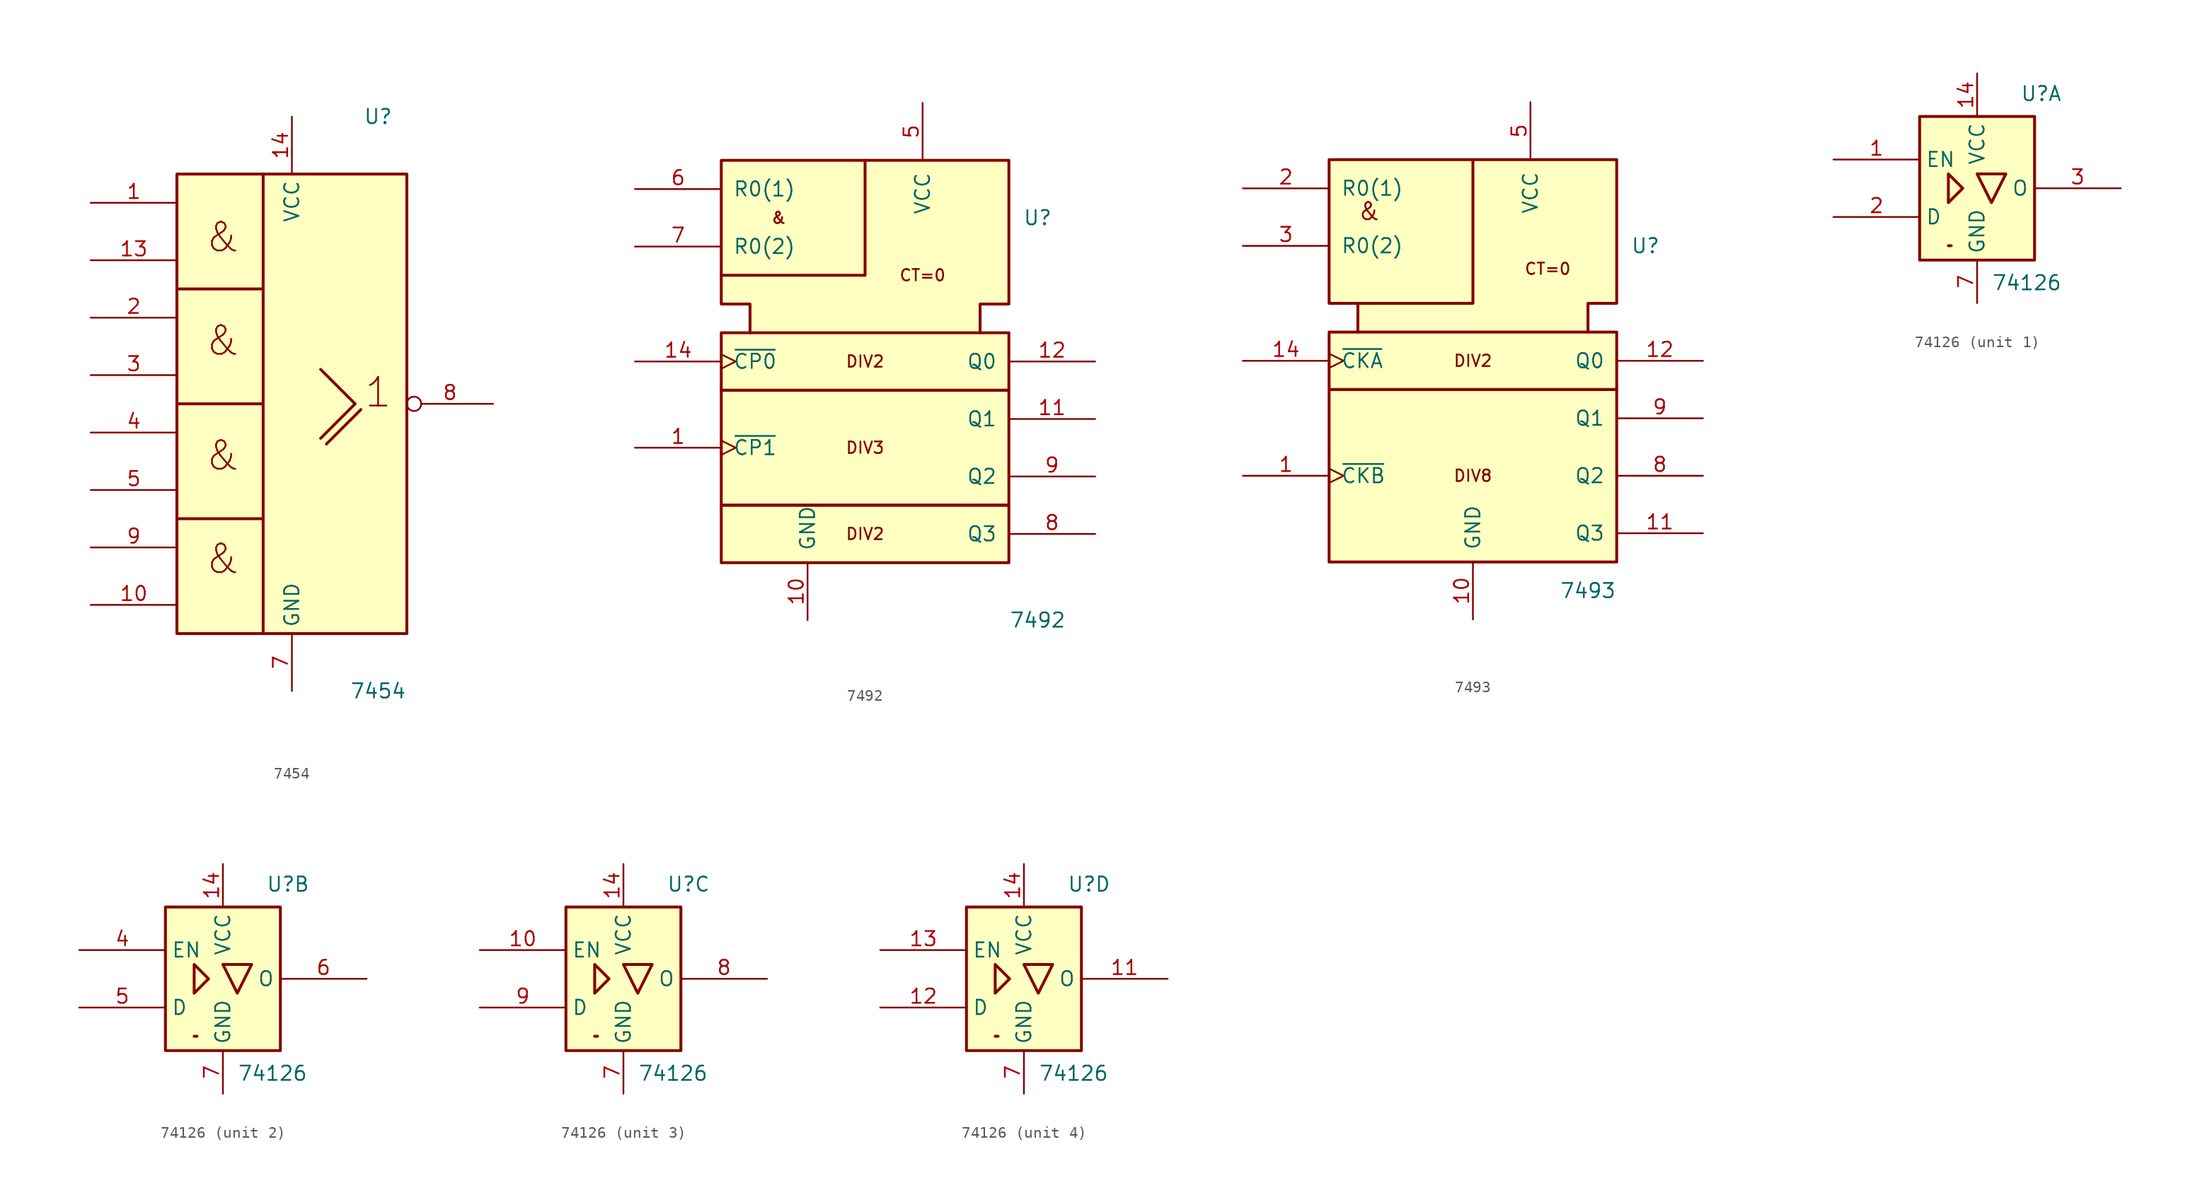
<source format=kicad_sym>
(kicad_symbol_lib
  (version 20220914)
  (generator kicad_symbol_editor)
  (symbol "7454"
    (property "Reference" "U"
      (at 7.62 25.4 0)
      (effects (font (size 1.27 1.27))))
    (property "Value" "7454"
      (at 7.62 -25.4 0)
      (effects (font (size 1.27 1.27))))
    (symbol "7454_0_0"
      (polyline (pts (xy 3.048 -3.556) (xy 6.096 -0.508) (xy 6.096 -0.508)) (stroke (width 0.254) (type default)) (fill (type background)))
      (polyline (pts (xy 2.54 3.048) (xy 5.588 0) (xy 2.54 -3.048) (xy 2.54 -3.048)) (stroke (width 0.254) (type default)) (fill (type background)))
      (text "&" (at -6.096 -13.716 0) (effects (font (size 2.54 2.54))))
      (text "&" (at -6.096 -4.572 0) (effects (font (size 2.54 2.54))))
      (text "&" (at -6.096 5.588 0) (effects (font (size 2.54 2.54))))
      (text "&" (at -6.096 14.732 0) (effects (font (size 2.54 2.54))))
      (text "1" (at 7.62 1.016 0) (effects (font (size 2.54 2.54))))
      (pin power_in line (at 0 25.4 270) (length 5.08) (name "VCC" (effects (font (size 1.27 1.27)))) (number "14" (effects (font (size 1.27 1.27))))))
    (symbol "7454_0_1"
      (rectangle (start -10.16 20.32) (end 10.16 -20.32) (stroke (width 0.254) (type default)) (fill (type background)))
      (polyline (pts (xy -2.54 20.32) (xy -2.54 10.16) (xy -10.16 10.16) (xy -2.54 10.16) (xy -2.54 0) (xy -10.16 0) (xy -2.54 0) (xy -2.54 -10.16) (xy -10.16 -10.16) (xy -2.54 -10.16) (xy -2.54 -20.32) (xy -2.54 -20.32)) (stroke (width 0.254) (type default)) (fill (type background)))
      (pin power_in line (at 0 -25.4 90) (length 5.08) (name "GND" (effects (font (size 1.27 1.27)))) (number "7" (effects (font (size 1.27 1.27))))))
    (symbol "7454_1_1"
      (pin input line (at -17.78 17.78 0) (length 7.62) (name "~" (effects (font (size 1.27 1.27)))) (number "1" (effects (font (size 1.27 1.27)))))
      (pin input line (at -17.78 -17.78 0) (length 7.62) (name "~" (effects (font (size 1.27 1.27)))) (number "10" (effects (font (size 1.27 1.27)))))
      (pin input line (at -17.78 12.7 0) (length 7.62) (name "~" (effects (font (size 1.27 1.27)))) (number "13" (effects (font (size 1.27 1.27)))))
      (pin input line (at -17.78 7.62 0) (length 7.62) (name "~" (effects (font (size 1.27 1.27)))) (number "2" (effects (font (size 1.27 1.27)))))
      (pin input line (at -17.78 2.54 0) (length 7.62) (name "~" (effects (font (size 1.27 1.27)))) (number "3" (effects (font (size 1.27 1.27)))))
      (pin input line (at -17.78 -2.54 0) (length 7.62) (name "~" (effects (font (size 1.27 1.27)))) (number "4" (effects (font (size 1.27 1.27)))))
      (pin input line (at -17.78 -7.62 0) (length 7.62) (name "~" (effects (font (size 1.27 1.27)))) (number "5" (effects (font (size 1.27 1.27)))))
      (pin output inverted (at 17.78 0 180) (length 7.62) (name "~" (effects (font (size 1.27 1.27)))) (number "8" (effects (font (size 1.27 1.27)))))
      (pin input line (at -17.78 -12.7 0) (length 7.62) (name "~" (effects (font (size 1.27 1.27)))) (number "9" (effects (font (size 1.27 1.27)))))))
  (symbol "7492"
    (pin_names
      (offset 1.016))
    (property "Reference" "U"
      (at 15.24 12.7 0)
      (effects (font (size 1.27 1.27))))
    (property "Value" "7492"
      (at 15.24 -22.86 0)
      (effects (font (size 1.27 1.27))))
    (symbol "7492_0_0"
      (rectangle (start -12.7 -12.7) (end 12.7 -17.78) (stroke (width 0.254) (type default)) (fill (type background)))
      (rectangle (start -12.7 -2.54) (end 12.7 -12.7) (stroke (width 0.254) (type default)) (fill (type background)))
      (rectangle (start -12.7 2.54) (end 12.7 -2.54) (stroke (width 0.254) (type default)) (fill (type background)))
      (polyline (pts (xy 0 17.78) (xy 0 7.62) (xy -12.7 7.62) (xy -12.7 7.62)) (stroke (width 0.254) (type default)) (fill (type background)))
      (polyline (pts (xy -10.16 2.54) (xy -10.16 5.08) (xy -12.7 5.08) (xy -12.7 17.78) (xy 12.7 17.78) (xy 12.7 5.08) (xy 10.16 5.08) (xy 10.16 2.54) (xy 10.16 2.54)) (stroke (width 0.254) (type default)) (fill (type background)))
      (text "&" (at -7.62 12.7 0) (effects (font (size 1.016 1.016))))
      (text "CT=0" (at 5.08 7.62 0) (effects (font (size 1.016 1.016))))
      (text "DIV2" (at 0 -15.24 0) (effects (font (size 1.016 1.016))))
      (text "DIV2" (at 0 0 0) (effects (font (size 1.016 1.016))))
      (text "DIV3" (at 0 -7.62 0) (effects (font (size 1.016 1.016))))
      (pin power_in line (at -5.08 -22.86 90) (length 5.08) (name "GND" (effects (font (size 1.27 1.27)))) (number "10" (effects (font (size 1.27 1.27)))))
      (pin power_in line (at 5.08 22.86 270) (length 5.08) (name "VCC" (effects (font (size 1.27 1.27)))) (number "5" (effects (font (size 1.27 1.27))))))
    (symbol "7492_1_1"
      (pin input clock (at -20.32 -7.62 0) (length 7.62) (name "~{CP1}" (effects (font (size 1.27 1.27)))) (number "1" (effects (font (size 1.27 1.27)))))
      (pin output line (at 20.32 -5.08 180) (length 7.62) (name "Q1" (effects (font (size 1.27 1.27)))) (number "11" (effects (font (size 1.27 1.27)))))
      (pin output line (at 20.32 0 180) (length 7.62) (name "Q0" (effects (font (size 1.27 1.27)))) (number "12" (effects (font (size 1.27 1.27)))))
      (pin input clock (at -20.32 0 0) (length 7.62) (name "~{CP0}" (effects (font (size 1.27 1.27)))) (number "14" (effects (font (size 1.27 1.27)))))
      (pin input line (at -20.32 15.24 0) (length 7.62) (name "R0(1)" (effects (font (size 1.27 1.27)))) (number "6" (effects (font (size 1.27 1.27)))))
      (pin input line (at -20.32 10.16 0) (length 7.62) (name "R0(2)" (effects (font (size 1.27 1.27)))) (number "7" (effects (font (size 1.27 1.27)))))
      (pin output line (at 20.32 -15.24 180) (length 7.62) (name "Q3" (effects (font (size 1.27 1.27)))) (number "8" (effects (font (size 1.27 1.27)))))
      (pin output line (at 20.32 -10.16 180) (length 7.62) (name "Q2" (effects (font (size 1.27 1.27)))) (number "9" (effects (font (size 1.27 1.27)))))))
  (symbol "7493"
    (pin_names
      (offset 1.016))
    (property "Reference" "U"
      (at 15.24 10.16 0)
      (effects (font (size 1.27 1.27))))
    (property "Value" "7493"
      (at 10.16 -20.32 0)
      (effects (font (size 1.27 1.27))))
    (symbol "7493_0_0"
      (rectangle (start -12.7 -2.54) (end 12.7 -17.78) (stroke (width 0.254) (type default)) (fill (type background)))
      (rectangle (start -12.7 2.54) (end 12.7 -2.54) (stroke (width 0.254) (type default)) (fill (type background)))
      (polyline (pts (xy 0 17.78) (xy 0 5.08) (xy -10.16 5.08) (xy -10.16 5.08)) (stroke (width 0.254) (type default)) (fill (type background)))
      (polyline (pts (xy -10.16 2.54) (xy -10.16 5.08) (xy -12.7 5.08) (xy -12.7 17.78) (xy 12.7 17.78) (xy 12.7 5.08) (xy 10.16 5.08) (xy 10.16 2.54) (xy 10.16 2.54)) (stroke (width 0.254) (type default)) (fill (type background)))
      (text "&" (at -9.144 13.208 0) (effects (font (size 1.524 1.524))))
      (text "CT=0" (at 6.604 8.128 0) (effects (font (size 1.016 1.016))))
      (text "DIV2" (at 0 0 0) (effects (font (size 1.016 1.016))))
      (text "DIV8" (at 0 -10.16 0) (effects (font (size 1.016 1.016))))
      (pin power_in line (at 0 -22.86 90) (length 5.08) (name "GND" (effects (font (size 1.27 1.27)))) (number "10" (effects (font (size 1.27 1.27)))))
      (pin power_in line (at 5.08 22.86 270) (length 5.08) (name "VCC" (effects (font (size 1.27 1.27)))) (number "5" (effects (font (size 1.27 1.27))))))
    (symbol "7493_1_1"
      (pin input clock (at -20.32 -10.16 0) (length 7.62) (name "~{CKB}" (effects (font (size 1.27 1.27)))) (number "1" (effects (font (size 1.27 1.27)))))
      (pin output line (at 20.32 -15.24 180) (length 7.62) (name "Q3" (effects (font (size 1.27 1.27)))) (number "11" (effects (font (size 1.27 1.27)))))
      (pin output line (at 20.32 0 180) (length 7.62) (name "Q0" (effects (font (size 1.27 1.27)))) (number "12" (effects (font (size 1.27 1.27)))))
      (pin input clock (at -20.32 0 0) (length 7.62) (name "~{CKA}" (effects (font (size 1.27 1.27)))) (number "14" (effects (font (size 1.27 1.27)))))
      (pin input line (at -20.32 15.24 0) (length 7.62) (name "R0(1)" (effects (font (size 1.27 1.27)))) (number "2" (effects (font (size 1.27 1.27)))))
      (pin input line (at -20.32 10.16 0) (length 7.62) (name "R0(2)" (effects (font (size 1.27 1.27)))) (number "3" (effects (font (size 1.27 1.27)))))
      (pin output line (at 20.32 -10.16 180) (length 7.62) (name "Q2" (effects (font (size 1.27 1.27)))) (number "8" (effects (font (size 1.27 1.27)))))
      (pin output line (at 20.32 -5.08 180) (length 7.62) (name "Q1" (effects (font (size 1.27 1.27)))) (number "9" (effects (font (size 1.27 1.27)))))))
  (symbol "74126"
    (property "Reference" "U"
      (at 3.81 7.62 0)
      (effects (font (size 1.27 1.27)) (justify left bottom)))
    (property "Value" "74126"
      (at 1.27 -7.62 0)
      (effects (font (size 1.27 1.27)) (justify left top)))
    (symbol "74126_0_0"
      (rectangle (start -2.286 -5.08) (end -2.54 -5.08) (stroke (width 0.254) (type default)) (fill (type background)))
      (pin power_in line (at 0 10.16 270) (length 3.81) (name "VCC" (effects (font (size 1.27 1.27)))) (number "14" (effects (font (size 1.27 1.27)))))
      (pin power_in line (at 0 -10.16 90) (length 3.81) (name "GND" (effects (font (size 1.27 1.27)))) (number "7" (effects (font (size 1.27 1.27))))))
    (symbol "74126_0_1"
      (rectangle (start -5.08 6.35) (end 5.08 -6.35) (stroke (width 0.254) (type default)) (fill (type background)))
      (polyline (pts (xy -2.54 1.27) (xy -2.54 -1.27) (xy -1.27 0) (xy -2.54 1.27) (xy -2.54 1.27)) (stroke (width 0.254) (type default)) (fill (type background)))
      (polyline (pts (xy 0 1.27) (xy 2.54 1.27) (xy 1.27 -1.27) (xy 0 1.27) (xy 0 1.27)) (stroke (width 0.254) (type default)) (fill (type background))))
    (symbol "74126_1_0"
      (pin input line (at -12.7 2.54 0) (length 7.62) (name "EN" (effects (font (size 1.27 1.27)))) (number "1" (effects (font (size 1.27 1.27))))))
    (symbol "74126_1_1"
      (pin input line (at -12.7 -2.54 0) (length 7.62) (name "D" (effects (font (size 1.27 1.27)))) (number "2" (effects (font (size 1.27 1.27)))))
      (pin tri_state line (at 12.7 0 180) (length 7.62) (name "O" (effects (font (size 1.27 1.27)))) (number "3" (effects (font (size 1.27 1.27))))))
    (symbol "74126_2_0"
      (pin input line (at -12.7 2.54 0) (length 7.62) (name "EN" (effects (font (size 1.27 1.27)))) (number "4" (effects (font (size 1.27 1.27))))))
    (symbol "74126_2_1"
      (pin input line (at -12.7 -2.54 0) (length 7.62) (name "D" (effects (font (size 1.27 1.27)))) (number "5" (effects (font (size 1.27 1.27)))))
      (pin tri_state line (at 12.7 0 180) (length 7.62) (name "O" (effects (font (size 1.27 1.27)))) (number "6" (effects (font (size 1.27 1.27))))))
    (symbol "74126_3_0"
      (pin input line (at -12.7 2.54 0) (length 7.62) (name "EN" (effects (font (size 1.27 1.27)))) (number "10" (effects (font (size 1.27 1.27))))))
    (symbol "74126_3_1"
      (pin tri_state line (at 12.7 0 180) (length 7.62) (name "O" (effects (font (size 1.27 1.27)))) (number "8" (effects (font (size 1.27 1.27)))))
      (pin input line (at -12.7 -2.54 0) (length 7.62) (name "D" (effects (font (size 1.27 1.27)))) (number "9" (effects (font (size 1.27 1.27))))))
    (symbol "74126_4_0"
      (pin input line (at -12.7 2.54 0) (length 7.62) (name "EN" (effects (font (size 1.27 1.27)))) (number "13" (effects (font (size 1.27 1.27))))))
    (symbol "74126_4_1"
      (pin tri_state line (at 12.7 0 180) (length 7.62) (name "O" (effects (font (size 1.27 1.27)))) (number "11" (effects (font (size 1.27 1.27)))))
      (pin input line (at -12.7 -2.54 0) (length 7.62) (name "D" (effects (font (size 1.27 1.27)))) (number "12" (effects (font (size 1.27 1.27))))))))
</source>
